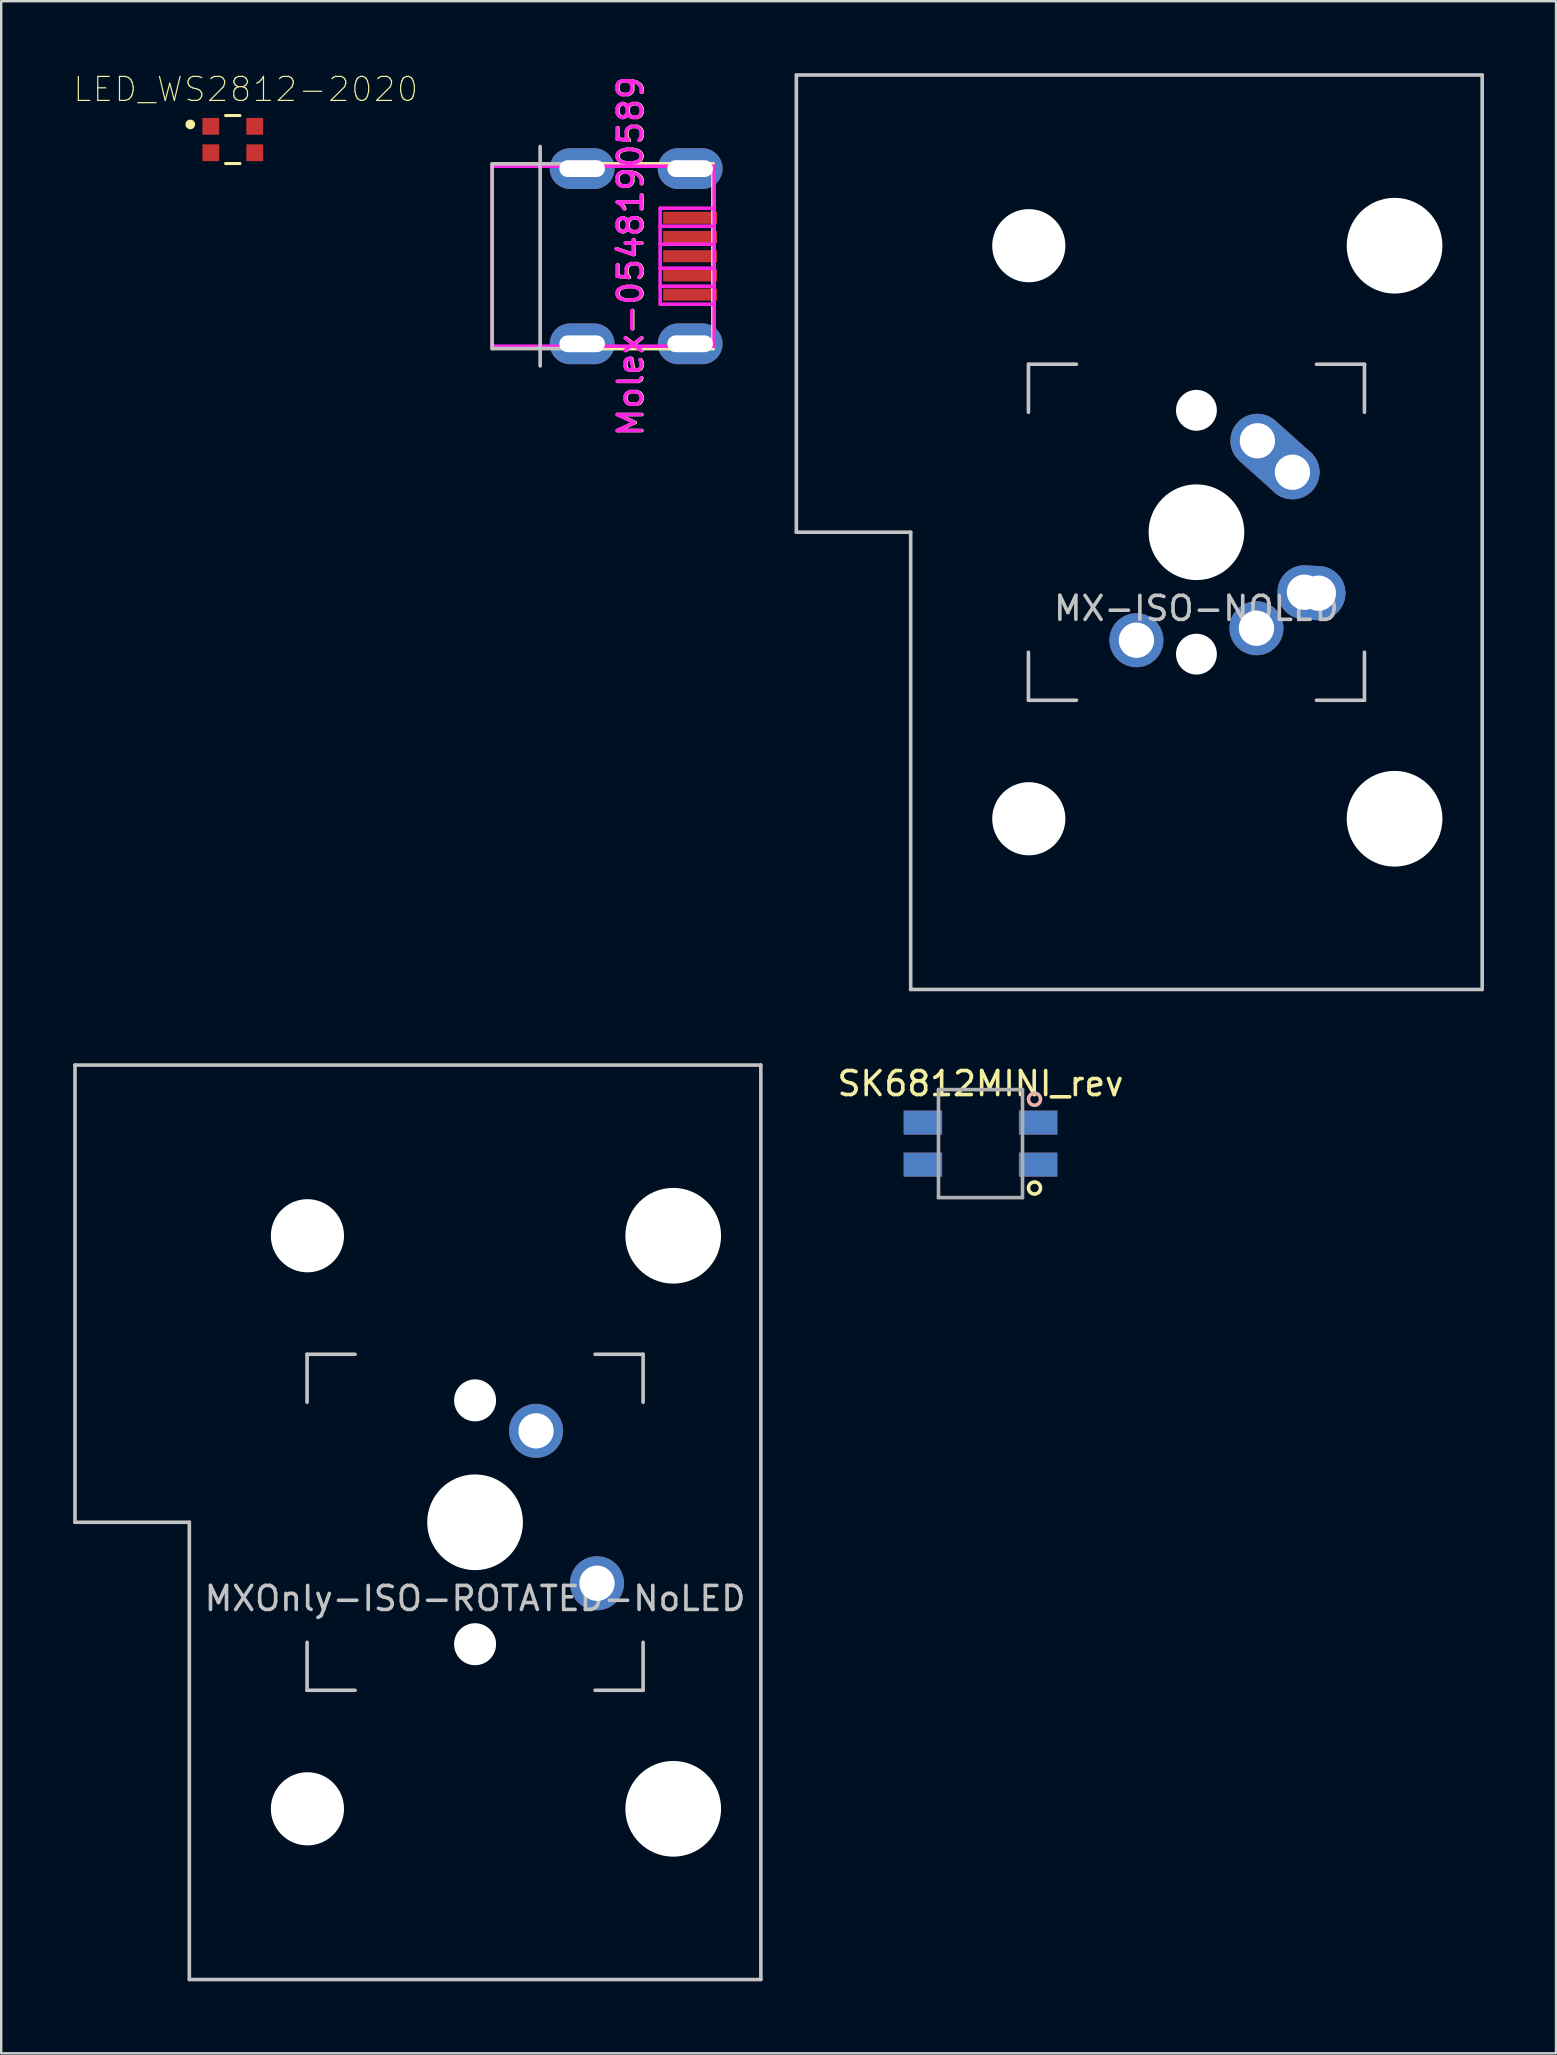
<source format=kicad_pcb>
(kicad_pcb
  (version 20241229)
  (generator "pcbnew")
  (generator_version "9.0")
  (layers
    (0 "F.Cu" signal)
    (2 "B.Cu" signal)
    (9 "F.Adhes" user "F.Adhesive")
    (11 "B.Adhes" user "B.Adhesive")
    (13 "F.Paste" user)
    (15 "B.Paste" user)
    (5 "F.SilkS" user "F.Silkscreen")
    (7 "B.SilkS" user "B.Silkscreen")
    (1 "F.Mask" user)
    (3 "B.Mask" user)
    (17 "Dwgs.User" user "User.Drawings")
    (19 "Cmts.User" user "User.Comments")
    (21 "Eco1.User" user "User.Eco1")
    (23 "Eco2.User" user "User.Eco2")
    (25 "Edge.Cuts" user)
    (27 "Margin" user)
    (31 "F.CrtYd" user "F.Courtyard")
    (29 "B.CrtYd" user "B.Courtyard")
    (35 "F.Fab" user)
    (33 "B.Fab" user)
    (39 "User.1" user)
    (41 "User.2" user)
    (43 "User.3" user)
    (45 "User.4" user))
  (footprint "MXOnly-ISO-ROTATED-NoLED"
    (layer "F.Cu")
    (at 16.744 60.375)
    (property "Reference" "MXOnly-ISO-ROTATED-NoLED" (at 0 3.175 0) (layer "Dwgs.User") (effects (font (size 1 1) (thickness 0.15))))
    (attr through_hole)
    (fp_line (start -16.669 -19.05) (end -16.669 0) (stroke (width 0.15) (type solid)) (layer "Dwgs.User"))
    (fp_line (start -16.669 -19.05) (end 11.906 -19.05) (stroke (width 0.15) (type solid)) (layer "Dwgs.User"))
    (fp_line (start -11.906 0) (end -16.669 0) (stroke (width 0.15) (type solid)) (layer "Dwgs.User"))
    (fp_line (start -11.906 19.05) (end -11.906 0) (stroke (width 0.15) (type solid)) (layer "Dwgs.User"))
    (fp_line (start -11.906 19.05) (end 11.906 19.05) (stroke (width 0.15) (type solid)) (layer "Dwgs.User"))
    (fp_line (start -7 -7) (end -7 -5) (stroke (width 0.15) (type solid)) (layer "Dwgs.User"))
    (fp_line (start -7 5) (end -7 7) (stroke (width 0.15) (type solid)) (layer "Dwgs.User"))
    (fp_line (start -7 7) (end -5 7) (stroke (width 0.15) (type solid)) (layer "Dwgs.User"))
    (fp_line (start -5 -7) (end -7 -7) (stroke (width 0.15) (type solid)) (layer "Dwgs.User"))
    (fp_line (start 5 -7) (end 7 -7) (stroke (width 0.15) (type solid)) (layer "Dwgs.User"))
    (fp_line (start 5 7) (end 7 7) (stroke (width 0.15) (type solid)) (layer "Dwgs.User"))
    (fp_line (start 7 -7) (end 7 -5) (stroke (width 0.15) (type solid)) (layer "Dwgs.User"))
    (fp_line (start 7 7) (end 7 5) (stroke (width 0.15) (type solid)) (layer "Dwgs.User"))
    (fp_line (start 11.906 -19.05) (end 11.906 19.05) (stroke (width 0.15) (type solid)) (layer "Dwgs.User"))
    (pad "" np_thru_hole circle (at -6.985 -11.938) (size 3.048 3.048) (drill 3.048) (layers "*.Cu" "*.Mask"))
    (pad "" np_thru_hole circle (at -6.985 11.938) (size 3.048 3.048) (drill 3.048) (layers "*.Cu" "*.Mask"))
    (pad "" np_thru_hole circle (at 0 -5.08 48.1) (size 1.75 1.75) (drill 1.75) (layers "*.Cu" "*.Mask"))
    (pad "" np_thru_hole circle (at 0 0) (size 3.988 3.988) (drill 3.988) (layers "*.Cu" "*.Mask"))
    (pad "" np_thru_hole circle (at 0 5.08 48.1) (size 1.75 1.75) (drill 1.75) (layers "*.Cu" "*.Mask"))
    (pad "" np_thru_hole circle (at 8.255 -11.938) (size 3.988 3.988) (drill 3.988) (layers "*.Cu" "*.Mask"))
    (pad "" np_thru_hole circle (at 8.255 11.938) (size 3.988 3.988) (drill 3.988) (layers "*.Cu" "*.Mask"))
    (pad "1" thru_hole circle (at 2.54 -3.81) (size 2.25 2.25) (drill 1.47) (layers "*.Cu" "B.Mask"))
    (pad "2" thru_hole circle (at 5.08 2.54) (size 2.25 2.25) (drill 1.47) (layers "*.Cu" "B.Mask")))
  (footprint "MX-ISO-NOLED"
    (layer "F.Cu")
    (at 46.799 19.125)
    (property "Reference" "MX-ISO-NOLED" (at 0 3.175 0) (layer "Dwgs.User") (effects (font (size 1 1) (thickness 0.15))))
    (attr through_hole)
    (fp_line (start -16.669 -19.05) (end -16.669 0) (stroke (width 0.15) (type solid)) (layer "Dwgs.User"))
    (fp_line (start -16.669 -19.05) (end 11.906 -19.05) (stroke (width 0.15) (type solid)) (layer "Dwgs.User"))
    (fp_line (start -11.906 0) (end -16.669 0) (stroke (width 0.15) (type solid)) (layer "Dwgs.User"))
    (fp_line (start -11.906 19.05) (end -11.906 0) (stroke (width 0.15) (type solid)) (layer "Dwgs.User"))
    (fp_line (start -11.906 19.05) (end 11.906 19.05) (stroke (width 0.15) (type solid)) (layer "Dwgs.User"))
    (fp_line (start -7 -7) (end -7 -5) (stroke (width 0.15) (type solid)) (layer "Dwgs.User"))
    (fp_line (start -7 5) (end -7 7) (stroke (width 0.15) (type solid)) (layer "Dwgs.User"))
    (fp_line (start -7 7) (end -5 7) (stroke (width 0.15) (type solid)) (layer "Dwgs.User"))
    (fp_line (start -5 -7) (end -7 -7) (stroke (width 0.15) (type solid)) (layer "Dwgs.User"))
    (fp_line (start 5 -7) (end 7 -7) (stroke (width 0.15) (type solid)) (layer "Dwgs.User"))
    (fp_line (start 5 7) (end 7 7) (stroke (width 0.15) (type solid)) (layer "Dwgs.User"))
    (fp_line (start 7 -7) (end 7 -5) (stroke (width 0.15) (type solid)) (layer "Dwgs.User"))
    (fp_line (start 7 7) (end 7 5) (stroke (width 0.15) (type solid)) (layer "Dwgs.User"))
    (fp_line (start 11.906 -19.05) (end 11.906 19.05) (stroke (width 0.15) (type solid)) (layer "Dwgs.User"))
    (pad "" np_thru_hole circle (at -6.985 -11.938) (size 3.048 3.048) (drill 3.048) (layers "*.Cu" "*.Mask"))
    (pad "" np_thru_hole circle (at -6.985 11.938) (size 3.048 3.048) (drill 3.048) (layers "*.Cu" "*.Mask"))
    (pad "" np_thru_hole circle (at 0 -5.08 48.1) (size 1.702 1.702) (drill 1.702) (layers "*.Cu" "*.Mask"))
    (pad "" np_thru_hole circle (at 0 0) (size 3.988 3.988) (drill 3.988) (layers "*.Cu" "*.Mask"))
    (pad "" np_thru_hole circle (at 0 5.08 48.1) (size 1.702 1.702) (drill 1.702) (layers "*.Cu" "*.Mask"))
    (pad "" np_thru_hole circle (at 8.255 -11.938) (size 3.988 3.988) (drill 3.988) (layers "*.Cu" "*.Mask"))
    (pad "" np_thru_hole circle (at 8.255 11.938) (size 3.988 3.988) (drill 3.988) (layers "*.Cu" "*.Mask"))
    (pad "1" thru_hole circle (at 2.5 4) (size 2.25 2.25) (drill 1.47) (layers "*.Cu" "B.Mask"))
    (pad "1" thru_hole oval (at 4.5 2.5 356.055) (size 2.831 2.25) (drill 1.47 (offset 0.291 0)) (layers "*.Cu" "B.Mask"))
    (pad "1" thru_hole circle (at 5.08 2.54) (size 2.25 2.25) (drill 1.47) (layers "*.Cu" "B.Mask"))
    (pad "2" thru_hole circle (at -2.5 4.5) (size 2.25 2.25) (drill 1.47) (layers "*.Cu" "B.Mask"))
    (pad "2" thru_hole oval (at 2.54 -3.81 318.1) (size 4.212 2.25) (drill 1.47 (offset 0.981 0)) (layers "*.Cu" "B.Mask"))
    (pad "2" thru_hole circle (at 4 -2.5) (size 2.25 2.25) (drill 1.47) (layers "*.Cu" "B.Mask")))
  (footprint "LED_WS2812-2020"
    (layer "F.Cu")
    (at 6.648 2.764)
    (property "Reference" "LED_WS2812-2020" (at 0.542 -2.091 0) (layer "F.SilkS") (effects (font (size 1 1) (thickness 0.05))))
    (attr smd)
    (fp_line (start -0.3 -1) (end 0.3 -1) (stroke (width 0.127) (type solid)) (layer "F.SilkS"))
    (fp_line (start -0.3 1) (end 0.3 1) (stroke (width 0.127) (type solid)) (layer "F.SilkS"))
    (fp_circle (center -1.77 -0.63) (end -1.667 -0.63) (stroke (width 0.2) (type solid)) (fill no) (layer "F.SilkS"))
    (fp_line (start -1.515 -1.25) (end -1.515 1.25) (stroke (width 0.05) (type solid)) (layer "Eco1.User"))
    (fp_line (start -1.515 1.25) (end 1.515 1.25) (stroke (width 0.05) (type solid)) (layer "Eco1.User"))
    (fp_line (start 1.515 -1.25) (end -1.515 -1.25) (stroke (width 0.05) (type solid)) (layer "Eco1.User"))
    (fp_line (start 1.515 1.25) (end 1.515 -1.25) (stroke (width 0.05) (type solid)) (layer "Eco1.User"))
    (fp_line (start -1.1 -1) (end 1.1 -1) (stroke (width 0.127) (type solid)) (layer "Eco2.User"))
    (fp_line (start -1.1 1) (end -1.1 -1) (stroke (width 0.127) (type solid)) (layer "Eco2.User"))
    (fp_line (start 1.1 -1) (end 1.1 1) (stroke (width 0.127) (type solid)) (layer "Eco2.User"))
    (fp_line (start 1.1 1) (end -1.1 1) (stroke (width 0.127) (type solid)) (layer "Eco2.User"))
    (fp_circle (center -1.77 -0.63) (end -1.667 -0.63) (stroke (width 0.2) (type solid)) (fill no) (layer "Eco2.User"))
    (pad "1" smd rect (at -0.915 -0.55) (size 0.7 0.7) (layers "F.Cu" "F.Mask" "F.Paste"))
    (pad "2" smd rect (at -0.915 0.55) (size 0.7 0.7) (layers "F.Cu" "F.Mask" "F.Paste"))
    (pad "3" smd rect (at 0.915 0.55 180) (size 0.7 0.7) (layers "F.Cu" "F.Mask" "F.Paste"))
    (pad "4" smd rect (at 0.915 -0.55 180) (size 0.7 0.7) (layers "F.Cu" "F.Mask" "F.Paste")))
  (footprint "SK6812MINI_rev"
    (layer "F.Cu")
    (at 37.802 44.598)
    (property "Reference" "SK6812MINI_rev" (at 0 -2.5 0) (layer "F.SilkS") (effects (font (size 1 1) (thickness 0.15))))
    (attr through_hole)
    (fp_circle (center 2.25 1.85) (end 2.25 1.6) (stroke (width 0.15) (type solid)) (fill no) (layer "F.SilkS"))
    (fp_circle (center 2.25 -1.85) (end 2.25 -2.1) (stroke (width 0.15) (type solid)) (fill no) (layer "B.SilkS"))
    (fp_line (start -1.75 -2.25) (end -1.75 2.25) (stroke (width 0.15) (type solid)) (layer "F.Fab"))
    (fp_line (start -1.75 -2.25) (end 1.75 -2.25) (stroke (width 0.15) (type solid)) (layer "F.Fab"))
    (fp_line (start 1.75 -2.25) (end 1.75 2.25) (stroke (width 0.15) (type solid)) (layer "F.Fab"))
    (fp_line (start 1.75 2.25) (end -1.75 2.25) (stroke (width 0.15) (type solid)) (layer "F.Fab"))
    (pad "1" smd rect (at -2.4 -0.875) (size 1.6 1) (layers "B.Cu" "B.Mask" "B.Paste"))
    (pad "1" smd rect (at -2.4 0.875) (size 1.6 1) (layers "F.Cu" "F.Mask" "F.Paste"))
    (pad "2" smd rect (at -2.4 -0.875) (size 1.6 1) (layers "F.Cu" "F.Mask" "F.Paste"))
    (pad "2" smd rect (at -2.4 0.875) (size 1.6 1) (layers "B.Cu" "B.Mask" "B.Paste"))
    (pad "3" smd rect (at 2.4 -0.875) (size 1.6 1) (layers "F.Cu" "F.Mask" "F.Paste"))
    (pad "3" smd rect (at 2.4 0.875) (size 1.6 1) (layers "B.Cu" "B.Mask" "B.Paste"))
    (pad "4" smd rect (at 2.4 -0.875) (size 1.6 1) (layers "B.Cu" "B.Mask" "B.Paste"))
    (pad "4" smd rect (at 2.4 0.875) (size 1.6 1) (layers "F.Cu" "F.Mask" "F.Paste")))
  (footprint "Molex-0548190589"
    (layer "F.Cu")
    (at 21.205 7.625)
    (property "Reference" "Molex-0548190589" (at 2.032 0 90) (layer "F.SilkS") (effects (font (size 1 1) (thickness 0.15))))
    (attr smd)
    (fp_line (start 0 -3.85) (end 5.45 -3.85) (stroke (width 0.15) (type solid)) (layer "F.SilkS"))
    (fp_line (start 0 3.85) (end 5.45 3.85) (stroke (width 0.15) (type solid)) (layer "F.SilkS"))
    (fp_line (start 5.45 -3.85) (end 5.45 3.85) (stroke (width 0.15) (type solid)) (layer "F.SilkS"))
    (fp_line (start -3.75 -3.85) (end -3.75 3.85) (stroke (width 0.15) (type solid)) (layer "Dwgs.User"))
    (fp_line (start -3.75 -3.85) (end 0 -3.85) (stroke (width 0.15) (type solid)) (layer "Dwgs.User"))
    (fp_line (start -3.75 3.85) (end 0 3.85) (stroke (width 0.15) (type solid)) (layer "Dwgs.User"))
    (fp_line (start -1.75 -4.572) (end -1.75 4.572) (stroke (width 0.15) (type solid)) (layer "Dwgs.User"))
    (fp_line (start -3.75 -3.75) (end 5.5 -3.75) (stroke (width 0.15) (type solid)) (layer "F.CrtYd"))
    (fp_line (start -3.75 3.75) (end -3.75 -3.75) (stroke (width 0.15) (type solid)) (layer "F.CrtYd"))
    (fp_line (start 3.25 -2) (end 3.25 2) (stroke (width 0.15) (type solid)) (layer "F.CrtYd"))
    (fp_line (start 3.25 -1.25) (end 5.5 -1.25) (stroke (width 0.15) (type solid)) (layer "F.CrtYd"))
    (fp_line (start 3.25 0.5) (end 5.5 0.5) (stroke (width 0.15) (type solid)) (layer "F.CrtYd"))
    (fp_line (start 3.25 2) (end 5.5 2) (stroke (width 0.15) (type solid)) (layer "F.CrtYd"))
    (fp_line (start 5.5 -3.75) (end 5.5 3.75) (stroke (width 0.15) (type solid)) (layer "F.CrtYd"))
    (fp_line (start 5.5 -2) (end 3.25 -2) (stroke (width 0.15) (type solid)) (layer "F.CrtYd"))
    (fp_line (start 5.5 -0.5) (end 3.25 -0.5) (stroke (width 0.15) (type solid)) (layer "F.CrtYd"))
    (fp_line (start 5.5 1.25) (end 3.25 1.25) (stroke (width 0.15) (type solid)) (layer "F.CrtYd"))
    (fp_line (start 5.5 3.75) (end -3.75 3.75) (stroke (width 0.15) (type solid)) (layer "F.CrtYd"))
    (fp_text user "${REFERENCE}" (at 2 0 90) (layer "F.CrtYd") (effects (font (size 1 1) (thickness 0.15))))
    (pad "1" smd rect (at 4.5 -1.6) (size 2.25 0.5) (layers "F.Cu" "F.Mask" "F.Paste"))
    (pad "2" smd rect (at 4.5 -0.8) (size 2.25 0.5) (layers "F.Cu" "F.Mask" "F.Paste"))
    (pad "3" smd rect (at 4.5 0) (size 2.25 0.5) (layers "F.Cu" "F.Mask" "F.Paste"))
    (pad "4" smd rect (at 4.5 0.8) (size 2.25 0.5) (layers "F.Cu" "F.Mask" "F.Paste"))
    (pad "5" smd rect (at 4.5 1.6) (size 2.25 0.5) (layers "F.Cu" "F.Mask" "F.Paste"))
    (pad "6" thru_hole oval (at 0 -3.65) (size 2.7 1.7) (drill oval 1.9 0.7) (layers "*.Cu" "*.Mask"))
    (pad "6" thru_hole oval (at 0 3.65) (size 2.7 1.7) (drill oval 1.9 0.7) (layers "*.Cu" "*.Mask"))
    (pad "6" thru_hole oval (at 4.5 -3.65) (size 2.7 1.7) (drill oval 1.9 0.7) (layers "*.Cu" "*.Mask"))
    (pad "6" thru_hole oval (at 4.5 3.65) (size 2.7 1.7) (drill oval 1.9 0.7) (layers "*.Cu" "*.Mask")))
  (gr_rect
    (start -3 -3)
    (end 61.78 82.5)
    (stroke (width 0.1) (type default))
    (fill no)
    (layer "Edge.Cuts")))
</source>
